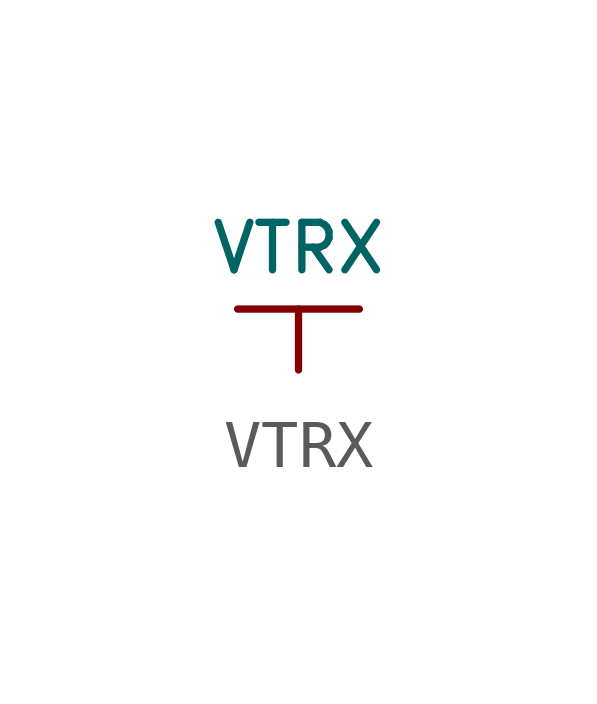
<source format=kicad_sym>
(kicad_symbol_lib
  (version 20220914)
  (generator kicad_symbol_editor)
  (symbol "VTRX"
    (power)
    (pin_numbers hide)
    (pin_names
      (offset 0) hide)
    (property "Reference" "#PWR"
      (at 0 -2.54 0)
      (effects (font (size 1.524 1.524)) hide))
    (property "Value" "VTRX"
      (at 0 1.27 0)
      (effects (font (size 0.991 0.991))))
    (property "Footprint" ""
      (at 0 0 0)
      (effects (font (size 1.524 1.524))))
    (property "Datasheet" ""
      (at 0 0 0)
      (effects (font (size 1.524 1.524))))
    (symbol "VTRX_0_1"
      (polyline (pts (xy -1.27 0) (xy 1.27 0)) (stroke (width 0) (type default)) (fill (type none))))
    (symbol "VTRX_1_1"
      (pin power_in line (at 0 -1.27 90) (length 1.27) (name "VTRX" (effects (font (size 1.27 1.27)))) (number "1" (effects (font (size 1.27 1.27))))))))
</source>
